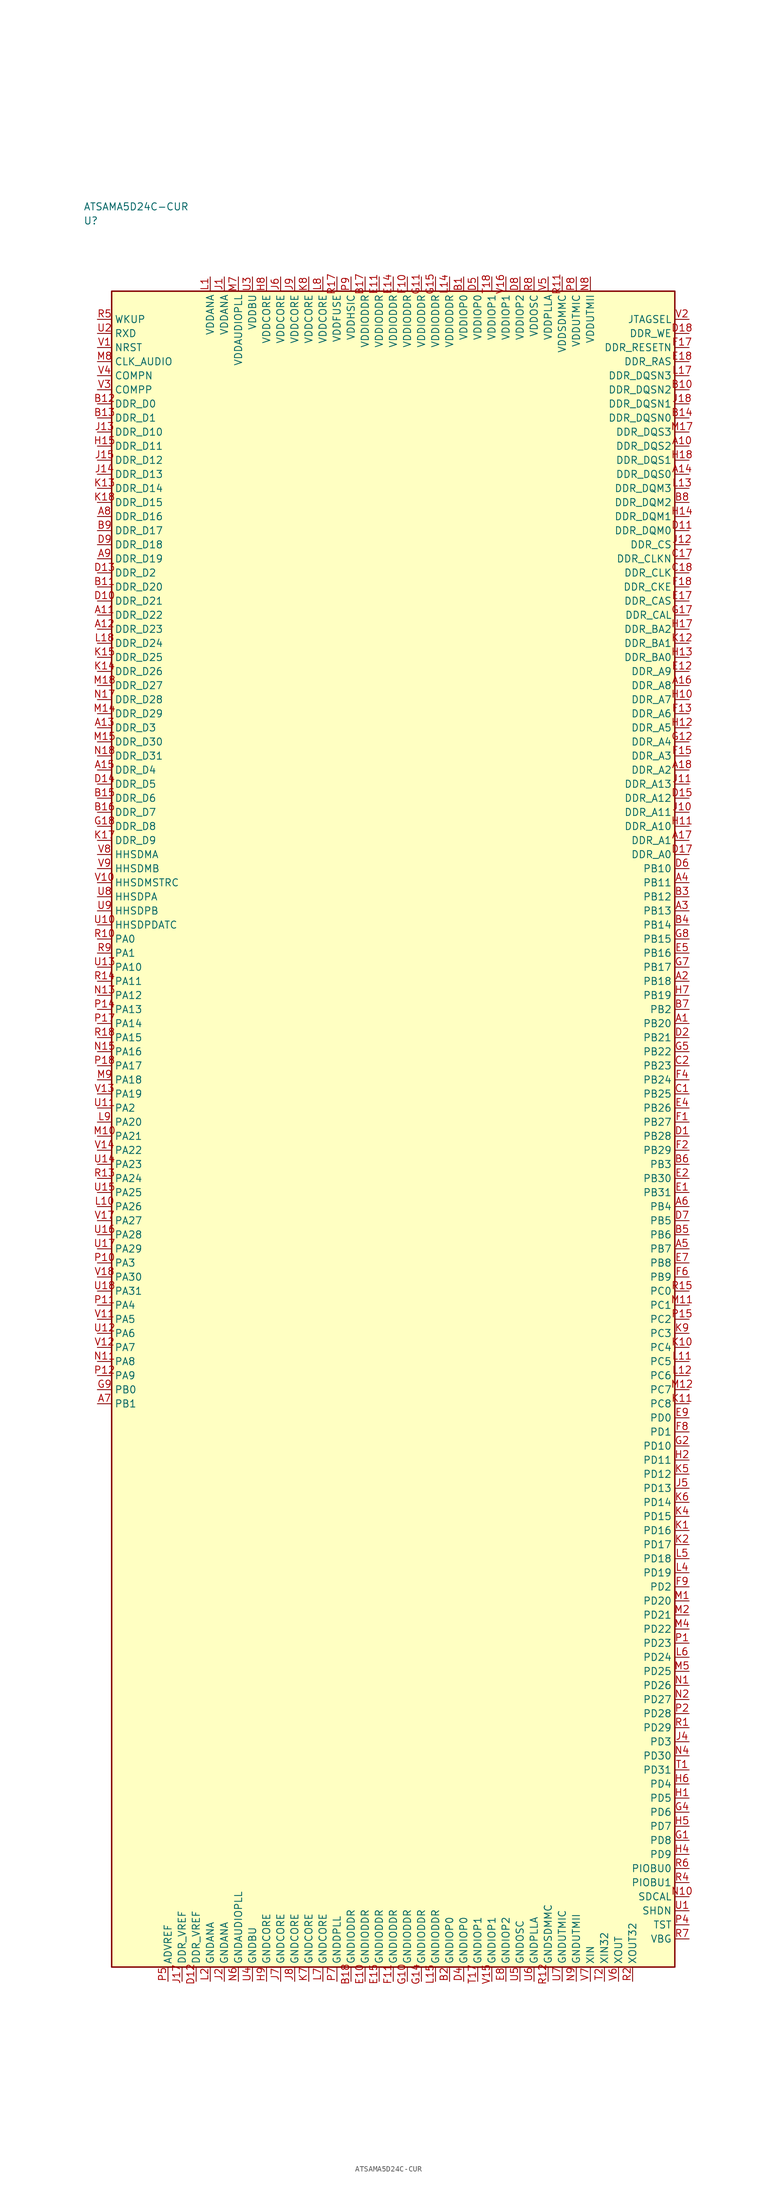
<source format=kicad_sym>
(kicad_symbol_lib
  (version 20241025)
  (generator "kicad_symbol_editor")
  (generator_version "8.0")
  (symbol "ATSAMA5D24C-CUR"
    (property "Reference" "U"
      (at -55.0 161.25 0)
      (effects (font (size 1.27 1.27)) (justify left)))
    (property "Value" "ATSAMA5D24C-CUR"
      (at -55.0 163.75 0)
      (effects (font (size 1.27 1.27)) (justify left)))
    (symbol "ATSAMA5D24C-CUR_0_1"
      (rectangle (start -50.0 148.75) (end 50.0 -148.75) (stroke (width 0.254) (type default)) (fill (type background))))
    (symbol "ATSAMA5D24C-CUR_1_1"
      (pin bidirectional line (at -52.54 33.75 0.0) (length 2.54) (name "PA0" (effects (font (size 1.27 1.27)))) (number "R10" (effects (font (size 1.27 1.27)))))
      (pin bidirectional line (at -52.54 31.25 0.0) (length 2.54) (name "PA1" (effects (font (size 1.27 1.27)))) (number "R9" (effects (font (size 1.27 1.27)))))
      (pin bidirectional line (at -52.54 3.75 0.0) (length 2.54) (name "PA2" (effects (font (size 1.27 1.27)))) (number "U11" (effects (font (size 1.27 1.27)))))
      (pin bidirectional line (at -52.54 -23.75 0.0) (length 2.54) (name "PA3" (effects (font (size 1.27 1.27)))) (number "P10" (effects (font (size 1.27 1.27)))))
      (pin bidirectional line (at -52.54 -31.25 0.0) (length 2.54) (name "PA4" (effects (font (size 1.27 1.27)))) (number "P11" (effects (font (size 1.27 1.27)))))
      (pin bidirectional line (at -52.54 -33.75 0.0) (length 2.54) (name "PA5" (effects (font (size 1.27 1.27)))) (number "V11" (effects (font (size 1.27 1.27)))))
      (pin bidirectional line (at -52.54 -36.25 0.0) (length 2.54) (name "PA6" (effects (font (size 1.27 1.27)))) (number "U12" (effects (font (size 1.27 1.27)))))
      (pin bidirectional line (at -52.54 -38.75 0.0) (length 2.54) (name "PA7" (effects (font (size 1.27 1.27)))) (number "V12" (effects (font (size 1.27 1.27)))))
      (pin bidirectional line (at -52.54 -41.25 0.0) (length 2.54) (name "PA8" (effects (font (size 1.27 1.27)))) (number "N11" (effects (font (size 1.27 1.27)))))
      (pin bidirectional line (at -52.54 -43.75 0.0) (length 2.54) (name "PA9" (effects (font (size 1.27 1.27)))) (number "P12" (effects (font (size 1.27 1.27)))))
      (pin bidirectional line (at -52.54 28.75 0.0) (length 2.54) (name "PA10" (effects (font (size 1.27 1.27)))) (number "U13" (effects (font (size 1.27 1.27)))))
      (pin bidirectional line (at -52.54 26.25 0.0) (length 2.54) (name "PA11" (effects (font (size 1.27 1.27)))) (number "R14" (effects (font (size 1.27 1.27)))))
      (pin bidirectional line (at -52.54 23.75 0.0) (length 2.54) (name "PA12" (effects (font (size 1.27 1.27)))) (number "N13" (effects (font (size 1.27 1.27)))))
      (pin bidirectional line (at -52.54 21.25 0.0) (length 2.54) (name "PA13" (effects (font (size 1.27 1.27)))) (number "P14" (effects (font (size 1.27 1.27)))))
      (pin bidirectional line (at -52.54 18.75 0.0) (length 2.54) (name "PA14" (effects (font (size 1.27 1.27)))) (number "P17" (effects (font (size 1.27 1.27)))))
      (pin bidirectional line (at -52.54 16.25 0.0) (length 2.54) (name "PA15" (effects (font (size 1.27 1.27)))) (number "R18" (effects (font (size 1.27 1.27)))))
      (pin bidirectional line (at -52.54 13.75 0.0) (length 2.54) (name "PA16" (effects (font (size 1.27 1.27)))) (number "N15" (effects (font (size 1.27 1.27)))))
      (pin bidirectional line (at -52.54 11.25 0.0) (length 2.54) (name "PA17" (effects (font (size 1.27 1.27)))) (number "P18" (effects (font (size 1.27 1.27)))))
      (pin bidirectional line (at -52.54 8.75 0.0) (length 2.54) (name "PA18" (effects (font (size 1.27 1.27)))) (number "M9" (effects (font (size 1.27 1.27)))))
      (pin bidirectional line (at -52.54 6.25 0.0) (length 2.54) (name "PA19" (effects (font (size 1.27 1.27)))) (number "V13" (effects (font (size 1.27 1.27)))))
      (pin bidirectional line (at -52.54 1.25 0.0) (length 2.54) (name "PA20" (effects (font (size 1.27 1.27)))) (number "L9" (effects (font (size 1.27 1.27)))))
      (pin bidirectional line (at -52.54 -1.25 0.0) (length 2.54) (name "PA21" (effects (font (size 1.27 1.27)))) (number "M10" (effects (font (size 1.27 1.27)))))
      (pin bidirectional line (at -52.54 -3.75 0.0) (length 2.54) (name "PA22" (effects (font (size 1.27 1.27)))) (number "V14" (effects (font (size 1.27 1.27)))))
      (pin bidirectional line (at -52.54 -6.25 0.0) (length 2.54) (name "PA23" (effects (font (size 1.27 1.27)))) (number "U14" (effects (font (size 1.27 1.27)))))
      (pin bidirectional line (at -52.54 -8.75 0.0) (length 2.54) (name "PA24" (effects (font (size 1.27 1.27)))) (number "R13" (effects (font (size 1.27 1.27)))))
      (pin bidirectional line (at -52.54 -11.25 0.0) (length 2.54) (name "PA25" (effects (font (size 1.27 1.27)))) (number "U15" (effects (font (size 1.27 1.27)))))
      (pin bidirectional line (at -52.54 -13.75 0.0) (length 2.54) (name "PA26" (effects (font (size 1.27 1.27)))) (number "L10" (effects (font (size 1.27 1.27)))))
      (pin bidirectional line (at -52.54 -16.25 0.0) (length 2.54) (name "PA27" (effects (font (size 1.27 1.27)))) (number "V17" (effects (font (size 1.27 1.27)))))
      (pin bidirectional line (at -52.54 -18.75 0.0) (length 2.54) (name "PA28" (effects (font (size 1.27 1.27)))) (number "U16" (effects (font (size 1.27 1.27)))))
      (pin bidirectional line (at -52.54 -21.25 0.0) (length 2.54) (name "PA29" (effects (font (size 1.27 1.27)))) (number "U17" (effects (font (size 1.27 1.27)))))
      (pin bidirectional line (at -52.54 -26.25 0.0) (length 2.54) (name "PA30" (effects (font (size 1.27 1.27)))) (number "V18" (effects (font (size 1.27 1.27)))))
      (pin bidirectional line (at -52.54 -28.75 0.0) (length 2.54) (name "PA31" (effects (font (size 1.27 1.27)))) (number "U18" (effects (font (size 1.27 1.27)))))
      (pin bidirectional line (at -52.54 -46.25 0.0) (length 2.54) (name "PB0" (effects (font (size 1.27 1.27)))) (number "G9" (effects (font (size 1.27 1.27)))))
      (pin bidirectional line (at -52.54 -48.75 0.0) (length 2.54) (name "PB1" (effects (font (size 1.27 1.27)))) (number "A7" (effects (font (size 1.27 1.27)))))
      (pin bidirectional line (at 52.54 21.25 180.0) (length 2.54) (name "PB2" (effects (font (size 1.27 1.27)))) (number "B7" (effects (font (size 1.27 1.27)))))
      (pin bidirectional line (at 52.54 -6.25 180.0) (length 2.54) (name "PB3" (effects (font (size 1.27 1.27)))) (number "B6" (effects (font (size 1.27 1.27)))))
      (pin bidirectional line (at 52.54 -13.75 180.0) (length 2.54) (name "PB4" (effects (font (size 1.27 1.27)))) (number "A6" (effects (font (size 1.27 1.27)))))
      (pin bidirectional line (at 52.54 -16.25 180.0) (length 2.54) (name "PB5" (effects (font (size 1.27 1.27)))) (number "D7" (effects (font (size 1.27 1.27)))))
      (pin bidirectional line (at 52.54 -18.75 180.0) (length 2.54) (name "PB6" (effects (font (size 1.27 1.27)))) (number "B5" (effects (font (size 1.27 1.27)))))
      (pin bidirectional line (at 52.54 -21.25 180.0) (length 2.54) (name "PB7" (effects (font (size 1.27 1.27)))) (number "A5" (effects (font (size 1.27 1.27)))))
      (pin bidirectional line (at 52.54 -23.75 180.0) (length 2.54) (name "PB8" (effects (font (size 1.27 1.27)))) (number "E7" (effects (font (size 1.27 1.27)))))
      (pin bidirectional line (at 52.54 -26.25 180.0) (length 2.54) (name "PB9" (effects (font (size 1.27 1.27)))) (number "F6" (effects (font (size 1.27 1.27)))))
      (pin bidirectional line (at 52.54 46.25 180.0) (length 2.54) (name "PB10" (effects (font (size 1.27 1.27)))) (number "D6" (effects (font (size 1.27 1.27)))))
      (pin bidirectional line (at 52.54 43.75 180.0) (length 2.54) (name "PB11" (effects (font (size 1.27 1.27)))) (number "A4" (effects (font (size 1.27 1.27)))))
      (pin bidirectional line (at 52.54 41.25 180.0) (length 2.54) (name "PB12" (effects (font (size 1.27 1.27)))) (number "B3" (effects (font (size 1.27 1.27)))))
      (pin bidirectional line (at 52.54 38.75 180.0) (length 2.54) (name "PB13" (effects (font (size 1.27 1.27)))) (number "A3" (effects (font (size 1.27 1.27)))))
      (pin bidirectional line (at 52.54 36.25 180.0) (length 2.54) (name "PB14" (effects (font (size 1.27 1.27)))) (number "B4" (effects (font (size 1.27 1.27)))))
      (pin bidirectional line (at 52.54 33.75 180.0) (length 2.54) (name "PB15" (effects (font (size 1.27 1.27)))) (number "G8" (effects (font (size 1.27 1.27)))))
      (pin bidirectional line (at 52.54 31.25 180.0) (length 2.54) (name "PB16" (effects (font (size 1.27 1.27)))) (number "E5" (effects (font (size 1.27 1.27)))))
      (pin bidirectional line (at 52.54 28.75 180.0) (length 2.54) (name "PB17" (effects (font (size 1.27 1.27)))) (number "G7" (effects (font (size 1.27 1.27)))))
      (pin bidirectional line (at 52.54 26.25 180.0) (length 2.54) (name "PB18" (effects (font (size 1.27 1.27)))) (number "A2" (effects (font (size 1.27 1.27)))))
      (pin bidirectional line (at 52.54 23.75 180.0) (length 2.54) (name "PB19" (effects (font (size 1.27 1.27)))) (number "H7" (effects (font (size 1.27 1.27)))))
      (pin bidirectional line (at 52.54 18.75 180.0) (length 2.54) (name "PB20" (effects (font (size 1.27 1.27)))) (number "A1" (effects (font (size 1.27 1.27)))))
      (pin bidirectional line (at 52.54 16.25 180.0) (length 2.54) (name "PB21" (effects (font (size 1.27 1.27)))) (number "D2" (effects (font (size 1.27 1.27)))))
      (pin bidirectional line (at 52.54 13.75 180.0) (length 2.54) (name "PB22" (effects (font (size 1.27 1.27)))) (number "G5" (effects (font (size 1.27 1.27)))))
      (pin bidirectional line (at 52.54 11.25 180.0) (length 2.54) (name "PB23" (effects (font (size 1.27 1.27)))) (number "C2" (effects (font (size 1.27 1.27)))))
      (pin bidirectional line (at 52.54 8.75 180.0) (length 2.54) (name "PB24" (effects (font (size 1.27 1.27)))) (number "F4" (effects (font (size 1.27 1.27)))))
      (pin bidirectional line (at 52.54 6.25 180.0) (length 2.54) (name "PB25" (effects (font (size 1.27 1.27)))) (number "C1" (effects (font (size 1.27 1.27)))))
      (pin bidirectional line (at 52.54 3.75 180.0) (length 2.54) (name "PB26" (effects (font (size 1.27 1.27)))) (number "E4" (effects (font (size 1.27 1.27)))))
      (pin bidirectional line (at 52.54 1.25 180.0) (length 2.54) (name "PB27" (effects (font (size 1.27 1.27)))) (number "F1" (effects (font (size 1.27 1.27)))))
      (pin bidirectional line (at 52.54 -1.25 180.0) (length 2.54) (name "PB28" (effects (font (size 1.27 1.27)))) (number "D1" (effects (font (size 1.27 1.27)))))
      (pin bidirectional line (at 52.54 -3.75 180.0) (length 2.54) (name "PB29" (effects (font (size 1.27 1.27)))) (number "F2" (effects (font (size 1.27 1.27)))))
      (pin bidirectional line (at 52.54 -8.75 180.0) (length 2.54) (name "PB30" (effects (font (size 1.27 1.27)))) (number "E2" (effects (font (size 1.27 1.27)))))
      (pin bidirectional line (at 52.54 -11.25 180.0) (length 2.54) (name "PB31" (effects (font (size 1.27 1.27)))) (number "E1" (effects (font (size 1.27 1.27)))))
      (pin bidirectional line (at 52.54 -28.75 180.0) (length 2.54) (name "PC0" (effects (font (size 1.27 1.27)))) (number "R15" (effects (font (size 1.27 1.27)))))
      (pin bidirectional line (at 52.54 -31.25 180.0) (length 2.54) (name "PC1" (effects (font (size 1.27 1.27)))) (number "M11" (effects (font (size 1.27 1.27)))))
      (pin bidirectional line (at 52.54 -33.75 180.0) (length 2.54) (name "PC2" (effects (font (size 1.27 1.27)))) (number "P15" (effects (font (size 1.27 1.27)))))
      (pin bidirectional line (at 52.54 -36.25 180.0) (length 2.54) (name "PC3" (effects (font (size 1.27 1.27)))) (number "K9" (effects (font (size 1.27 1.27)))))
      (pin bidirectional line (at 52.54 -38.75 180.0) (length 2.54) (name "PC4" (effects (font (size 1.27 1.27)))) (number "K10" (effects (font (size 1.27 1.27)))))
      (pin bidirectional line (at 52.54 -41.25 180.0) (length 2.54) (name "PC5" (effects (font (size 1.27 1.27)))) (number "L11" (effects (font (size 1.27 1.27)))))
      (pin bidirectional line (at 52.54 -43.75 180.0) (length 2.54) (name "PC6" (effects (font (size 1.27 1.27)))) (number "L12" (effects (font (size 1.27 1.27)))))
      (pin bidirectional line (at 52.54 -46.25 180.0) (length 2.54) (name "PC7" (effects (font (size 1.27 1.27)))) (number "M12" (effects (font (size 1.27 1.27)))))
      (pin bidirectional line (at 52.54 -48.75 180.0) (length 2.54) (name "PC8" (effects (font (size 1.27 1.27)))) (number "K11" (effects (font (size 1.27 1.27)))))
      (pin bidirectional line (at 52.54 -51.25 180.0) (length 2.54) (name "PD0" (effects (font (size 1.27 1.27)))) (number "E9" (effects (font (size 1.27 1.27)))))
      (pin bidirectional line (at 52.54 -53.75 180.0) (length 2.54) (name "PD1" (effects (font (size 1.27 1.27)))) (number "F8" (effects (font (size 1.27 1.27)))))
      (pin bidirectional line (at 52.54 -81.25 180.0) (length 2.54) (name "PD2" (effects (font (size 1.27 1.27)))) (number "F9" (effects (font (size 1.27 1.27)))))
      (pin bidirectional line (at 52.54 -108.75 180.0) (length 2.54) (name "PD3" (effects (font (size 1.27 1.27)))) (number "J4" (effects (font (size 1.27 1.27)))))
      (pin bidirectional line (at 52.54 -116.25 180.0) (length 2.54) (name "PD4" (effects (font (size 1.27 1.27)))) (number "H6" (effects (font (size 1.27 1.27)))))
      (pin bidirectional line (at 52.54 -118.75 180.0) (length 2.54) (name "PD5" (effects (font (size 1.27 1.27)))) (number "H1" (effects (font (size 1.27 1.27)))))
      (pin bidirectional line (at 52.54 -121.25 180.0) (length 2.54) (name "PD6" (effects (font (size 1.27 1.27)))) (number "G4" (effects (font (size 1.27 1.27)))))
      (pin bidirectional line (at 52.54 -123.75 180.0) (length 2.54) (name "PD7" (effects (font (size 1.27 1.27)))) (number "H5" (effects (font (size 1.27 1.27)))))
      (pin bidirectional line (at 52.54 -126.25 180.0) (length 2.54) (name "PD8" (effects (font (size 1.27 1.27)))) (number "G1" (effects (font (size 1.27 1.27)))))
      (pin bidirectional line (at 52.54 -128.75 180.0) (length 2.54) (name "PD9" (effects (font (size 1.27 1.27)))) (number "H4" (effects (font (size 1.27 1.27)))))
      (pin bidirectional line (at 52.54 -56.25 180.0) (length 2.54) (name "PD10" (effects (font (size 1.27 1.27)))) (number "G2" (effects (font (size 1.27 1.27)))))
      (pin bidirectional line (at 52.54 -58.75 180.0) (length 2.54) (name "PD11" (effects (font (size 1.27 1.27)))) (number "H2" (effects (font (size 1.27 1.27)))))
      (pin bidirectional line (at 52.54 -61.25 180.0) (length 2.54) (name "PD12" (effects (font (size 1.27 1.27)))) (number "K5" (effects (font (size 1.27 1.27)))))
      (pin bidirectional line (at 52.54 -63.75 180.0) (length 2.54) (name "PD13" (effects (font (size 1.27 1.27)))) (number "J5" (effects (font (size 1.27 1.27)))))
      (pin bidirectional line (at 52.54 -66.25 180.0) (length 2.54) (name "PD14" (effects (font (size 1.27 1.27)))) (number "K6" (effects (font (size 1.27 1.27)))))
      (pin bidirectional line (at 52.54 -68.75 180.0) (length 2.54) (name "PD15" (effects (font (size 1.27 1.27)))) (number "K4" (effects (font (size 1.27 1.27)))))
      (pin bidirectional line (at 52.54 -71.25 180.0) (length 2.54) (name "PD16" (effects (font (size 1.27 1.27)))) (number "K1" (effects (font (size 1.27 1.27)))))
      (pin bidirectional line (at 52.54 -73.75 180.0) (length 2.54) (name "PD17" (effects (font (size 1.27 1.27)))) (number "K2" (effects (font (size 1.27 1.27)))))
      (pin bidirectional line (at 52.54 -76.25 180.0) (length 2.54) (name "PD18" (effects (font (size 1.27 1.27)))) (number "L5" (effects (font (size 1.27 1.27)))))
      (pin bidirectional line (at 52.54 -78.75 180.0) (length 2.54) (name "PD19" (effects (font (size 1.27 1.27)))) (number "L4" (effects (font (size 1.27 1.27)))))
      (pin bidirectional line (at 52.54 -83.75 180.0) (length 2.54) (name "PD20" (effects (font (size 1.27 1.27)))) (number "M1" (effects (font (size 1.27 1.27)))))
      (pin bidirectional line (at 52.54 -86.25 180.0) (length 2.54) (name "PD21" (effects (font (size 1.27 1.27)))) (number "M2" (effects (font (size 1.27 1.27)))))
      (pin bidirectional line (at 52.54 -88.75 180.0) (length 2.54) (name "PD22" (effects (font (size 1.27 1.27)))) (number "M4" (effects (font (size 1.27 1.27)))))
      (pin bidirectional line (at 52.54 -91.25 180.0) (length 2.54) (name "PD23" (effects (font (size 1.27 1.27)))) (number "P1" (effects (font (size 1.27 1.27)))))
      (pin bidirectional line (at 52.54 -93.75 180.0) (length 2.54) (name "PD24" (effects (font (size 1.27 1.27)))) (number "L6" (effects (font (size 1.27 1.27)))))
      (pin bidirectional line (at 52.54 -96.25 180.0) (length 2.54) (name "PD25" (effects (font (size 1.27 1.27)))) (number "M5" (effects (font (size 1.27 1.27)))))
      (pin bidirectional line (at 52.54 -98.75 180.0) (length 2.54) (name "PD26" (effects (font (size 1.27 1.27)))) (number "N1" (effects (font (size 1.27 1.27)))))
      (pin bidirectional line (at 52.54 -101.25 180.0) (length 2.54) (name "PD27" (effects (font (size 1.27 1.27)))) (number "N2" (effects (font (size 1.27 1.27)))))
      (pin bidirectional line (at 52.54 -103.75 180.0) (length 2.54) (name "PD28" (effects (font (size 1.27 1.27)))) (number "P2" (effects (font (size 1.27 1.27)))))
      (pin bidirectional line (at 52.54 -106.25 180.0) (length 2.54) (name "PD29" (effects (font (size 1.27 1.27)))) (number "R1" (effects (font (size 1.27 1.27)))))
      (pin bidirectional line (at 52.54 -111.25 180.0) (length 2.54) (name "PD30" (effects (font (size 1.27 1.27)))) (number "N4" (effects (font (size 1.27 1.27)))))
      (pin bidirectional line (at 52.54 -113.75 180.0) (length 2.54) (name "PD31" (effects (font (size 1.27 1.27)))) (number "T1" (effects (font (size 1.27 1.27)))))
      (pin power_in line (at -32.5 151.29 270.0) (length 2.54) (name "VDDANA" (effects (font (size 1.27 1.27)))) (number "L1" (effects (font (size 1.27 1.27)))))
      (pin passive line (at -32.5 -151.29 90.0) (length 2.54) (name "GNDANA" (effects (font (size 1.27 1.27)))) (number "L2" (effects (font (size 1.27 1.27)))))
      (pin passive line (at -40.0 -151.29 90.0) (length 2.54) (name "ADVREF" (effects (font (size 1.27 1.27)))) (number "P5" (effects (font (size 1.27 1.27)))))
      (pin power_in line (at -30.0 151.29 270.0) (length 2.54) (name "VDDANA" (effects (font (size 1.27 1.27)))) (number "J1" (effects (font (size 1.27 1.27)))))
      (pin passive line (at -30.0 -151.29 90.0) (length 2.54) (name "GNDANA" (effects (font (size 1.27 1.27)))) (number "J2" (effects (font (size 1.27 1.27)))))
      (pin passive line (at -37.5 -151.29 90.0) (length 2.54) (name "DDR_VREF" (effects (font (size 1.27 1.27)))) (number "J17" (effects (font (size 1.27 1.27)))))
      (pin passive line (at -35.0 -151.29 90.0) (length 2.54) (name "DDR_VREF" (effects (font (size 1.27 1.27)))) (number "D12" (effects (font (size 1.27 1.27)))))
      (pin bidirectional line (at -52.54 128.75 0.0) (length 2.54) (name "DDR_D0" (effects (font (size 1.27 1.27)))) (number "B12" (effects (font (size 1.27 1.27)))))
      (pin bidirectional line (at -52.54 126.25 0.0) (length 2.54) (name "DDR_D1" (effects (font (size 1.27 1.27)))) (number "B13" (effects (font (size 1.27 1.27)))))
      (pin bidirectional line (at -52.54 98.75 0.0) (length 2.54) (name "DDR_D2" (effects (font (size 1.27 1.27)))) (number "D13" (effects (font (size 1.27 1.27)))))
      (pin bidirectional line (at -52.54 71.25 0.0) (length 2.54) (name "DDR_D3" (effects (font (size 1.27 1.27)))) (number "A13" (effects (font (size 1.27 1.27)))))
      (pin bidirectional line (at -52.54 63.75 0.0) (length 2.54) (name "DDR_D4" (effects (font (size 1.27 1.27)))) (number "A15" (effects (font (size 1.27 1.27)))))
      (pin bidirectional line (at -52.54 61.25 0.0) (length 2.54) (name "DDR_D5" (effects (font (size 1.27 1.27)))) (number "D14" (effects (font (size 1.27 1.27)))))
      (pin bidirectional line (at -52.54 58.75 0.0) (length 2.54) (name "DDR_D6" (effects (font (size 1.27 1.27)))) (number "B15" (effects (font (size 1.27 1.27)))))
      (pin bidirectional line (at -52.54 56.25 0.0) (length 2.54) (name "DDR_D7" (effects (font (size 1.27 1.27)))) (number "B16" (effects (font (size 1.27 1.27)))))
      (pin bidirectional line (at -52.54 53.75 0.0) (length 2.54) (name "DDR_D8" (effects (font (size 1.27 1.27)))) (number "G18" (effects (font (size 1.27 1.27)))))
      (pin bidirectional line (at -52.54 51.25 0.0) (length 2.54) (name "DDR_D9" (effects (font (size 1.27 1.27)))) (number "K17" (effects (font (size 1.27 1.27)))))
      (pin bidirectional line (at -52.54 123.75 0.0) (length 2.54) (name "DDR_D10" (effects (font (size 1.27 1.27)))) (number "J13" (effects (font (size 1.27 1.27)))))
      (pin bidirectional line (at -52.54 121.25 0.0) (length 2.54) (name "DDR_D11" (effects (font (size 1.27 1.27)))) (number "H15" (effects (font (size 1.27 1.27)))))
      (pin bidirectional line (at -52.54 118.75 0.0) (length 2.54) (name "DDR_D12" (effects (font (size 1.27 1.27)))) (number "J15" (effects (font (size 1.27 1.27)))))
      (pin bidirectional line (at -52.54 116.25 0.0) (length 2.54) (name "DDR_D13" (effects (font (size 1.27 1.27)))) (number "J14" (effects (font (size 1.27 1.27)))))
      (pin bidirectional line (at -52.54 113.75 0.0) (length 2.54) (name "DDR_D14" (effects (font (size 1.27 1.27)))) (number "K13" (effects (font (size 1.27 1.27)))))
      (pin bidirectional line (at -52.54 111.25 0.0) (length 2.54) (name "DDR_D15" (effects (font (size 1.27 1.27)))) (number "K18" (effects (font (size 1.27 1.27)))))
      (pin bidirectional line (at -52.54 108.75 0.0) (length 2.54) (name "DDR_D16" (effects (font (size 1.27 1.27)))) (number "A8" (effects (font (size 1.27 1.27)))))
      (pin bidirectional line (at -52.54 106.25 0.0) (length 2.54) (name "DDR_D17" (effects (font (size 1.27 1.27)))) (number "B9" (effects (font (size 1.27 1.27)))))
      (pin bidirectional line (at -52.54 103.75 0.0) (length 2.54) (name "DDR_D18" (effects (font (size 1.27 1.27)))) (number "D9" (effects (font (size 1.27 1.27)))))
      (pin bidirectional line (at -52.54 101.25 0.0) (length 2.54) (name "DDR_D19" (effects (font (size 1.27 1.27)))) (number "A9" (effects (font (size 1.27 1.27)))))
      (pin bidirectional line (at -52.54 96.25 0.0) (length 2.54) (name "DDR_D20" (effects (font (size 1.27 1.27)))) (number "B11" (effects (font (size 1.27 1.27)))))
      (pin bidirectional line (at -52.54 93.75 0.0) (length 2.54) (name "DDR_D21" (effects (font (size 1.27 1.27)))) (number "D10" (effects (font (size 1.27 1.27)))))
      (pin bidirectional line (at -52.54 91.25 0.0) (length 2.54) (name "DDR_D22" (effects (font (size 1.27 1.27)))) (number "A11" (effects (font (size 1.27 1.27)))))
      (pin bidirectional line (at -52.54 88.75 0.0) (length 2.54) (name "DDR_D23" (effects (font (size 1.27 1.27)))) (number "A12" (effects (font (size 1.27 1.27)))))
      (pin bidirectional line (at -52.54 86.25 0.0) (length 2.54) (name "DDR_D24" (effects (font (size 1.27 1.27)))) (number "L18" (effects (font (size 1.27 1.27)))))
      (pin bidirectional line (at -52.54 83.75 0.0) (length 2.54) (name "DDR_D25" (effects (font (size 1.27 1.27)))) (number "K15" (effects (font (size 1.27 1.27)))))
      (pin bidirectional line (at -52.54 81.25 0.0) (length 2.54) (name "DDR_D26" (effects (font (size 1.27 1.27)))) (number "K14" (effects (font (size 1.27 1.27)))))
      (pin bidirectional line (at -52.54 78.75 0.0) (length 2.54) (name "DDR_D27" (effects (font (size 1.27 1.27)))) (number "M18" (effects (font (size 1.27 1.27)))))
      (pin bidirectional line (at -52.54 76.25 0.0) (length 2.54) (name "DDR_D28" (effects (font (size 1.27 1.27)))) (number "N17" (effects (font (size 1.27 1.27)))))
      (pin bidirectional line (at -52.54 73.75 0.0) (length 2.54) (name "DDR_D29" (effects (font (size 1.27 1.27)))) (number "M14" (effects (font (size 1.27 1.27)))))
      (pin bidirectional line (at -52.54 68.75 0.0) (length 2.54) (name "DDR_D30" (effects (font (size 1.27 1.27)))) (number "M15" (effects (font (size 1.27 1.27)))))
      (pin bidirectional line (at -52.54 66.25 0.0) (length 2.54) (name "DDR_D31" (effects (font (size 1.27 1.27)))) (number "N18" (effects (font (size 1.27 1.27)))))
      (pin output line (at 52.54 48.75 180.0) (length 2.54) (name "DDR_A0" (effects (font (size 1.27 1.27)))) (number "D17" (effects (font (size 1.27 1.27)))))
      (pin output line (at 52.54 51.25 180.0) (length 2.54) (name "DDR_A1" (effects (font (size 1.27 1.27)))) (number "A17" (effects (font (size 1.27 1.27)))))
      (pin output line (at 52.54 63.75 180.0) (length 2.54) (name "DDR_A2" (effects (font (size 1.27 1.27)))) (number "A18" (effects (font (size 1.27 1.27)))))
      (pin output line (at 52.54 66.25 180.0) (length 2.54) (name "DDR_A3" (effects (font (size 1.27 1.27)))) (number "F15" (effects (font (size 1.27 1.27)))))
      (pin output line (at 52.54 68.75 180.0) (length 2.54) (name "DDR_A4" (effects (font (size 1.27 1.27)))) (number "G12" (effects (font (size 1.27 1.27)))))
      (pin output line (at 52.54 71.25 180.0) (length 2.54) (name "DDR_A5" (effects (font (size 1.27 1.27)))) (number "H12" (effects (font (size 1.27 1.27)))))
      (pin output line (at 52.54 73.75 180.0) (length 2.54) (name "DDR_A6" (effects (font (size 1.27 1.27)))) (number "F13" (effects (font (size 1.27 1.27)))))
      (pin output line (at 52.54 76.25 180.0) (length 2.54) (name "DDR_A7" (effects (font (size 1.27 1.27)))) (number "H10" (effects (font (size 1.27 1.27)))))
      (pin output line (at 52.54 78.75 180.0) (length 2.54) (name "DDR_A8" (effects (font (size 1.27 1.27)))) (number "A16" (effects (font (size 1.27 1.27)))))
      (pin output line (at 52.54 81.25 180.0) (length 2.54) (name "DDR_A9" (effects (font (size 1.27 1.27)))) (number "E12" (effects (font (size 1.27 1.27)))))
      (pin output line (at 52.54 53.75 180.0) (length 2.54) (name "DDR_A10" (effects (font (size 1.27 1.27)))) (number "H11" (effects (font (size 1.27 1.27)))))
      (pin output line (at 52.54 56.25 180.0) (length 2.54) (name "DDR_A11" (effects (font (size 1.27 1.27)))) (number "J10" (effects (font (size 1.27 1.27)))))
      (pin output line (at 52.54 58.75 180.0) (length 2.54) (name "DDR_A12" (effects (font (size 1.27 1.27)))) (number "D15" (effects (font (size 1.27 1.27)))))
      (pin output line (at 52.54 61.25 180.0) (length 2.54) (name "DDR_A13" (effects (font (size 1.27 1.27)))) (number "J11" (effects (font (size 1.27 1.27)))))
      (pin output line (at 52.54 98.75 180.0) (length 2.54) (name "DDR_CLK" (effects (font (size 1.27 1.27)))) (number "C18" (effects (font (size 1.27 1.27)))))
      (pin output line (at 52.54 101.25 180.0) (length 2.54) (name "DDR_CLKN" (effects (font (size 1.27 1.27)))) (number "C17" (effects (font (size 1.27 1.27)))))
      (pin output line (at 52.54 96.25 180.0) (length 2.54) (name "DDR_CKE" (effects (font (size 1.27 1.27)))) (number "F18" (effects (font (size 1.27 1.27)))))
      (pin output line (at 52.54 138.75 180.0) (length 2.54) (name "DDR_RESETN" (effects (font (size 1.27 1.27)))) (number "F17" (effects (font (size 1.27 1.27)))))
      (pin output line (at 52.54 103.75 180.0) (length 2.54) (name "DDR_CS" (effects (font (size 1.27 1.27)))) (number "J12" (effects (font (size 1.27 1.27)))))
      (pin output line (at 52.54 141.25 180.0) (length 2.54) (name "DDR_WE" (effects (font (size 1.27 1.27)))) (number "D18" (effects (font (size 1.27 1.27)))))
      (pin output line (at 52.54 136.25 180.0) (length 2.54) (name "DDR_RAS" (effects (font (size 1.27 1.27)))) (number "E18" (effects (font (size 1.27 1.27)))))
      (pin output line (at 52.54 93.75 180.0) (length 2.54) (name "DDR_CAS" (effects (font (size 1.27 1.27)))) (number "E17" (effects (font (size 1.27 1.27)))))
      (pin output line (at 52.54 106.25 180.0) (length 2.54) (name "DDR_DQM0" (effects (font (size 1.27 1.27)))) (number "D11" (effects (font (size 1.27 1.27)))))
      (pin output line (at 52.54 108.75 180.0) (length 2.54) (name "DDR_DQM1" (effects (font (size 1.27 1.27)))) (number "H14" (effects (font (size 1.27 1.27)))))
      (pin output line (at 52.54 111.25 180.0) (length 2.54) (name "DDR_DQM2" (effects (font (size 1.27 1.27)))) (number "B8" (effects (font (size 1.27 1.27)))))
      (pin output line (at 52.54 113.75 180.0) (length 2.54) (name "DDR_DQM3" (effects (font (size 1.27 1.27)))) (number "L13" (effects (font (size 1.27 1.27)))))
      (pin output line (at 52.54 116.25 180.0) (length 2.54) (name "DDR_DQS0" (effects (font (size 1.27 1.27)))) (number "A14" (effects (font (size 1.27 1.27)))))
      (pin output line (at 52.54 118.75 180.0) (length 2.54) (name "DDR_DQS1" (effects (font (size 1.27 1.27)))) (number "H18" (effects (font (size 1.27 1.27)))))
      (pin output line (at 52.54 121.25 180.0) (length 2.54) (name "DDR_DQS2" (effects (font (size 1.27 1.27)))) (number "A10" (effects (font (size 1.27 1.27)))))
      (pin output line (at 52.54 123.75 180.0) (length 2.54) (name "DDR_DQS3" (effects (font (size 1.27 1.27)))) (number "M17" (effects (font (size 1.27 1.27)))))
      (pin output line (at 52.54 126.25 180.0) (length 2.54) (name "DDR_DQSN0" (effects (font (size 1.27 1.27)))) (number "B14" (effects (font (size 1.27 1.27)))))
      (pin output line (at 52.54 128.75 180.0) (length 2.54) (name "DDR_DQSN1" (effects (font (size 1.27 1.27)))) (number "J18" (effects (font (size 1.27 1.27)))))
      (pin output line (at 52.54 131.25 180.0) (length 2.54) (name "DDR_DQSN2" (effects (font (size 1.27 1.27)))) (number "B10" (effects (font (size 1.27 1.27)))))
      (pin output line (at 52.54 133.75 180.0) (length 2.54) (name "DDR_DQSN3" (effects (font (size 1.27 1.27)))) (number "L17" (effects (font (size 1.27 1.27)))))
      (pin output line (at 52.54 83.75 180.0) (length 2.54) (name "DDR_BA0" (effects (font (size 1.27 1.27)))) (number "H13" (effects (font (size 1.27 1.27)))))
      (pin output line (at 52.54 86.25 180.0) (length 2.54) (name "DDR_BA1" (effects (font (size 1.27 1.27)))) (number "K12" (effects (font (size 1.27 1.27)))))
      (pin output line (at 52.54 88.75 180.0) (length 2.54) (name "DDR_BA2" (effects (font (size 1.27 1.27)))) (number "H17" (effects (font (size 1.27 1.27)))))
      (pin output line (at 52.54 91.25 180.0) (length 2.54) (name "DDR_CAL" (effects (font (size 1.27 1.27)))) (number "G17" (effects (font (size 1.27 1.27)))))
      (pin power_in line (at -5.0 151.29 270.0) (length 2.54) (name "VDDIODDR" (effects (font (size 1.27 1.27)))) (number "B17" (effects (font (size 1.27 1.27)))))
      (pin power_in line (at -2.5 151.29 270.0) (length 2.54) (name "VDDIODDR" (effects (font (size 1.27 1.27)))) (number "E11" (effects (font (size 1.27 1.27)))))
      (pin power_in line (at 0.0 151.29 270.0) (length 2.54) (name "VDDIODDR" (effects (font (size 1.27 1.27)))) (number "E14" (effects (font (size 1.27 1.27)))))
      (pin power_in line (at 2.5 151.29 270.0) (length 2.54) (name "VDDIODDR" (effects (font (size 1.27 1.27)))) (number "F10" (effects (font (size 1.27 1.27)))))
      (pin power_in line (at 5.0 151.29 270.0) (length 2.54) (name "VDDIODDR" (effects (font (size 1.27 1.27)))) (number "G11" (effects (font (size 1.27 1.27)))))
      (pin power_in line (at 7.5 151.29 270.0) (length 2.54) (name "VDDIODDR" (effects (font (size 1.27 1.27)))) (number "G15" (effects (font (size 1.27 1.27)))))
      (pin power_in line (at 10.0 151.29 270.0) (length 2.54) (name "VDDIODDR" (effects (font (size 1.27 1.27)))) (number "L14" (effects (font (size 1.27 1.27)))))
      (pin passive line (at -7.5 -151.29 90.0) (length 2.54) (name "GNDIODDR" (effects (font (size 1.27 1.27)))) (number "B18" (effects (font (size 1.27 1.27)))))
      (pin passive line (at -5.0 -151.29 90.0) (length 2.54) (name "GNDIODDR" (effects (font (size 1.27 1.27)))) (number "E10" (effects (font (size 1.27 1.27)))))
      (pin passive line (at -2.5 -151.29 90.0) (length 2.54) (name "GNDIODDR" (effects (font (size 1.27 1.27)))) (number "E15" (effects (font (size 1.27 1.27)))))
      (pin passive line (at 0.0 -151.29 90.0) (length 2.54) (name "GNDIODDR" (effects (font (size 1.27 1.27)))) (number "F11" (effects (font (size 1.27 1.27)))))
      (pin passive line (at 2.5 -151.29 90.0) (length 2.54) (name "GNDIODDR" (effects (font (size 1.27 1.27)))) (number "G10" (effects (font (size 1.27 1.27)))))
      (pin passive line (at 5.0 -151.29 90.0) (length 2.54) (name "GNDIODDR" (effects (font (size 1.27 1.27)))) (number "G14" (effects (font (size 1.27 1.27)))))
      (pin passive line (at 7.5 -151.29 90.0) (length 2.54) (name "GNDIODDR" (effects (font (size 1.27 1.27)))) (number "L15" (effects (font (size 1.27 1.27)))))
      (pin power_in line (at -22.5 151.29 270.0) (length 2.54) (name "VDDCORE" (effects (font (size 1.27 1.27)))) (number "H8" (effects (font (size 1.27 1.27)))))
      (pin power_in line (at -20.0 151.29 270.0) (length 2.54) (name "VDDCORE" (effects (font (size 1.27 1.27)))) (number "J6" (effects (font (size 1.27 1.27)))))
      (pin power_in line (at -17.5 151.29 270.0) (length 2.54) (name "VDDCORE" (effects (font (size 1.27 1.27)))) (number "J9" (effects (font (size 1.27 1.27)))))
      (pin power_in line (at -15.0 151.29 270.0) (length 2.54) (name "VDDCORE" (effects (font (size 1.27 1.27)))) (number "K8" (effects (font (size 1.27 1.27)))))
      (pin power_in line (at -12.5 151.29 270.0) (length 2.54) (name "VDDCORE" (effects (font (size 1.27 1.27)))) (number "L8" (effects (font (size 1.27 1.27)))))
      (pin passive line (at -22.5 -151.29 90.0) (length 2.54) (name "GNDCORE" (effects (font (size 1.27 1.27)))) (number "H9" (effects (font (size 1.27 1.27)))))
      (pin passive line (at -20.0 -151.29 90.0) (length 2.54) (name "GNDCORE" (effects (font (size 1.27 1.27)))) (number "J7" (effects (font (size 1.27 1.27)))))
      (pin passive line (at -17.5 -151.29 90.0) (length 2.54) (name "GNDCORE" (effects (font (size 1.27 1.27)))) (number "J8" (effects (font (size 1.27 1.27)))))
      (pin passive line (at -15.0 -151.29 90.0) (length 2.54) (name "GNDCORE" (effects (font (size 1.27 1.27)))) (number "K7" (effects (font (size 1.27 1.27)))))
      (pin passive line (at -12.5 -151.29 90.0) (length 2.54) (name "GNDCORE" (effects (font (size 1.27 1.27)))) (number "L7" (effects (font (size 1.27 1.27)))))
      (pin power_in line (at 12.5 151.29 270.0) (length 2.54) (name "VDDIOP0" (effects (font (size 1.27 1.27)))) (number "B1" (effects (font (size 1.27 1.27)))))
      (pin power_in line (at 15.0 151.29 270.0) (length 2.54) (name "VDDIOP0" (effects (font (size 1.27 1.27)))) (number "D5" (effects (font (size 1.27 1.27)))))
      (pin passive line (at 10.0 -151.29 90.0) (length 2.54) (name "GNDIOP0" (effects (font (size 1.27 1.27)))) (number "B2" (effects (font (size 1.27 1.27)))))
      (pin passive line (at 12.5 -151.29 90.0) (length 2.54) (name "GNDIOP0" (effects (font (size 1.27 1.27)))) (number "D4" (effects (font (size 1.27 1.27)))))
      (pin power_in line (at 17.5 151.29 270.0) (length 2.54) (name "VDDIOP1" (effects (font (size 1.27 1.27)))) (number "T18" (effects (font (size 1.27 1.27)))))
      (pin power_in line (at 20.0 151.29 270.0) (length 2.54) (name "VDDIOP1" (effects (font (size 1.27 1.27)))) (number "V16" (effects (font (size 1.27 1.27)))))
      (pin passive line (at 15.0 -151.29 90.0) (length 2.54) (name "GNDIOP1" (effects (font (size 1.27 1.27)))) (number "T17" (effects (font (size 1.27 1.27)))))
      (pin passive line (at 17.5 -151.29 90.0) (length 2.54) (name "GNDIOP1" (effects (font (size 1.27 1.27)))) (number "V15" (effects (font (size 1.27 1.27)))))
      (pin power_in line (at 22.5 151.29 270.0) (length 2.54) (name "VDDIOP2" (effects (font (size 1.27 1.27)))) (number "D8" (effects (font (size 1.27 1.27)))))
      (pin passive line (at 20.0 -151.29 90.0) (length 2.54) (name "GNDIOP2" (effects (font (size 1.27 1.27)))) (number "E8" (effects (font (size 1.27 1.27)))))
      (pin power_in line (at 30.0 151.29 270.0) (length 2.54) (name "VDDSDMMC" (effects (font (size 1.27 1.27)))) (number "R11" (effects (font (size 1.27 1.27)))))
      (pin passive line (at 27.5 -151.29 90.0) (length 2.54) (name "GNDSDMMC" (effects (font (size 1.27 1.27)))) (number "R12" (effects (font (size 1.27 1.27)))))
      (pin power_in line (at -10.0 151.29 270.0) (length 2.54) (name "VDDFUSE" (effects (font (size 1.27 1.27)))) (number "R17" (effects (font (size 1.27 1.27)))))
      (pin power_in line (at 27.5 151.29 270.0) (length 2.54) (name "VDDPLLA" (effects (font (size 1.27 1.27)))) (number "V5" (effects (font (size 1.27 1.27)))))
      (pin passive line (at 25.0 -151.29 90.0) (length 2.54) (name "GNDPLLA" (effects (font (size 1.27 1.27)))) (number "U6" (effects (font (size 1.27 1.27)))))
      (pin power_in line (at -27.5 151.29 270.0) (length 2.54) (name "VDDAUDIOPLL" (effects (font (size 1.27 1.27)))) (number "M7" (effects (font (size 1.27 1.27)))))
      (pin passive line (at -10.0 -151.29 90.0) (length 2.54) (name "GNDDPLL" (effects (font (size 1.27 1.27)))) (number "P7" (effects (font (size 1.27 1.27)))))
      (pin passive line (at -27.5 -151.29 90.0) (length 2.54) (name "GNDAUDIOPLL" (effects (font (size 1.27 1.27)))) (number "N6" (effects (font (size 1.27 1.27)))))
      (pin bidirectional line (at -52.54 136.25 0.0) (length 2.54) (name "CLK_AUDIO" (effects (font (size 1.27 1.27)))) (number "M8" (effects (font (size 1.27 1.27)))))
      (pin passive line (at 35.0 -151.29 90.0) (length 2.54) (name "XIN" (effects (font (size 1.27 1.27)))) (number "V7" (effects (font (size 1.27 1.27)))))
      (pin passive line (at 40.0 -151.29 90.0) (length 2.54) (name "XOUT" (effects (font (size 1.27 1.27)))) (number "V6" (effects (font (size 1.27 1.27)))))
      (pin power_in line (at 25.0 151.29 270.0) (length 2.54) (name "VDDOSC" (effects (font (size 1.27 1.27)))) (number "R8" (effects (font (size 1.27 1.27)))))
      (pin passive line (at 22.5 -151.29 90.0) (length 2.54) (name "GNDOSC" (effects (font (size 1.27 1.27)))) (number "U5" (effects (font (size 1.27 1.27)))))
      (pin power_in line (at 35.0 151.29 270.0) (length 2.54) (name "VDDUTMII" (effects (font (size 1.27 1.27)))) (number "N8" (effects (font (size 1.27 1.27)))))
      (pin power_in line (at -7.5 151.29 270.0) (length 2.54) (name "VDDHSIC" (effects (font (size 1.27 1.27)))) (number "P9" (effects (font (size 1.27 1.27)))))
      (pin passive line (at 32.5 -151.29 90.0) (length 2.54) (name "GNDUTMII" (effects (font (size 1.27 1.27)))) (number "N9" (effects (font (size 1.27 1.27)))))
      (pin bidirectional line (at -52.54 41.25 0.0) (length 2.54) (name "HHSDPA" (effects (font (size 1.27 1.27)))) (number "U8" (effects (font (size 1.27 1.27)))))
      (pin bidirectional line (at -52.54 48.75 0.0) (length 2.54) (name "HHSDMA" (effects (font (size 1.27 1.27)))) (number "V8" (effects (font (size 1.27 1.27)))))
      (pin bidirectional line (at -52.54 38.75 0.0) (length 2.54) (name "HHSDPB" (effects (font (size 1.27 1.27)))) (number "U9" (effects (font (size 1.27 1.27)))))
      (pin bidirectional line (at -52.54 46.25 0.0) (length 2.54) (name "HHSDMB" (effects (font (size 1.27 1.27)))) (number "V9" (effects (font (size 1.27 1.27)))))
      (pin bidirectional line (at -52.54 36.25 0.0) (length 2.54) (name "HHSDPDATC" (effects (font (size 1.27 1.27)))) (number "U10" (effects (font (size 1.27 1.27)))))
      (pin bidirectional line (at -52.54 43.75 0.0) (length 2.54) (name "HHSDMSTRC" (effects (font (size 1.27 1.27)))) (number "V10" (effects (font (size 1.27 1.27)))))
      (pin power_in line (at 32.5 151.29 270.0) (length 2.54) (name "VDDUTMIC" (effects (font (size 1.27 1.27)))) (number "P8" (effects (font (size 1.27 1.27)))))
      (pin passive line (at 30.0 -151.29 90.0) (length 2.54) (name "GNDUTMIC" (effects (font (size 1.27 1.27)))) (number "U7" (effects (font (size 1.27 1.27)))))
      (pin bidirectional line (at 52.54 -136.25 180.0) (length 2.54) (name "SDCAL" (effects (font (size 1.27 1.27)))) (number "N10" (effects (font (size 1.27 1.27)))))
      (pin bidirectional line (at 52.54 -143.75 180.0) (length 2.54) (name "VBG" (effects (font (size 1.27 1.27)))) (number "R7" (effects (font (size 1.27 1.27)))))
      (pin bidirectional line (at 52.54 -141.25 180.0) (length 2.54) (name "TST" (effects (font (size 1.27 1.27)))) (number "P4" (effects (font (size 1.27 1.27)))))
      (pin input line (at -52.54 138.75 0.0) (length 2.54) (name "NRST" (effects (font (size 1.27 1.27)))) (number "V1" (effects (font (size 1.27 1.27)))))
      (pin output line (at 52.54 143.75 180.0) (length 2.54) (name "JTAGSEL" (effects (font (size 1.27 1.27)))) (number "V2" (effects (font (size 1.27 1.27)))))
      (pin input line (at -52.54 143.75 0.0) (length 2.54) (name "WKUP" (effects (font (size 1.27 1.27)))) (number "R5" (effects (font (size 1.27 1.27)))))
      (pin input line (at -52.54 141.25 0.0) (length 2.54) (name "RXD" (effects (font (size 1.27 1.27)))) (number "U2" (effects (font (size 1.27 1.27)))))
      (pin bidirectional line (at 52.54 -138.75 180.0) (length 2.54) (name "SHDN" (effects (font (size 1.27 1.27)))) (number "U1" (effects (font (size 1.27 1.27)))))
      (pin bidirectional line (at 52.54 -131.25 180.0) (length 2.54) (name "PIOBU0" (effects (font (size 1.27 1.27)))) (number "R6" (effects (font (size 1.27 1.27)))))
      (pin bidirectional line (at 52.54 -133.75 180.0) (length 2.54) (name "PIOBU1" (effects (font (size 1.27 1.27)))) (number "R4" (effects (font (size 1.27 1.27)))))
      (pin power_in line (at -25.0 151.29 270.0) (length 2.54) (name "VDDBU" (effects (font (size 1.27 1.27)))) (number "U3" (effects (font (size 1.27 1.27)))))
      (pin passive line (at -25.0 -151.29 90.0) (length 2.54) (name "GNDBU" (effects (font (size 1.27 1.27)))) (number "U4" (effects (font (size 1.27 1.27)))))
      (pin passive line (at 37.5 -151.29 90.0) (length 2.54) (name "XIN32" (effects (font (size 1.27 1.27)))) (number "T2" (effects (font (size 1.27 1.27)))))
      (pin passive line (at 42.5 -151.29 90.0) (length 2.54) (name "XOUT32" (effects (font (size 1.27 1.27)))) (number "R2" (effects (font (size 1.27 1.27)))))
      (pin bidirectional line (at -52.54 131.25 0.0) (length 2.54) (name "COMPP" (effects (font (size 1.27 1.27)))) (number "V3" (effects (font (size 1.27 1.27)))))
      (pin bidirectional line (at -52.54 133.75 0.0) (length 2.54) (name "COMPN" (effects (font (size 1.27 1.27)))) (number "V4" (effects (font (size 1.27 1.27))))))))
</source>
